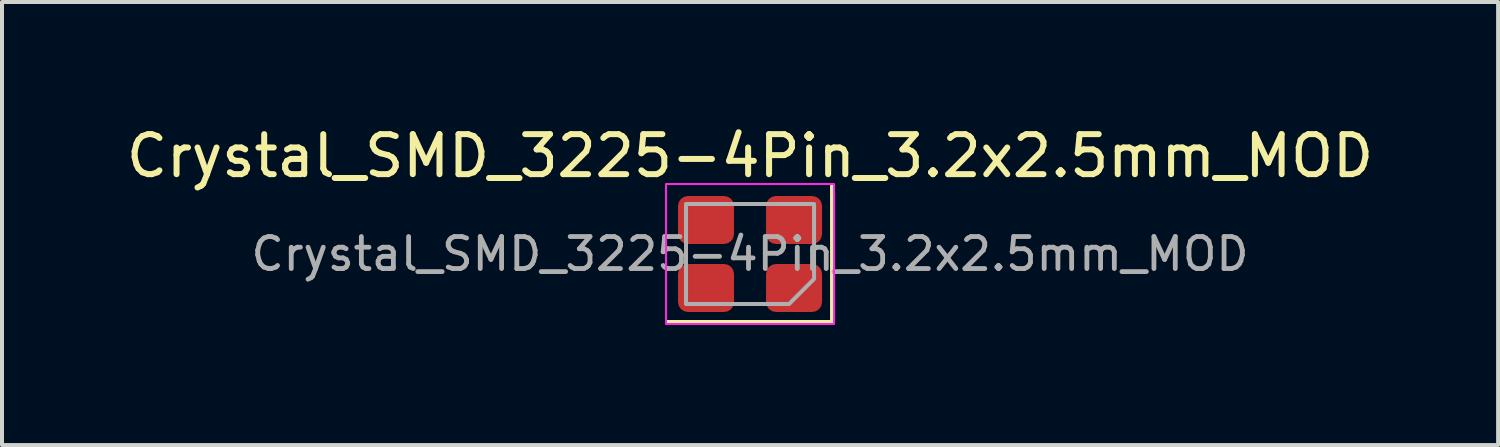
<source format=kicad_pcb>
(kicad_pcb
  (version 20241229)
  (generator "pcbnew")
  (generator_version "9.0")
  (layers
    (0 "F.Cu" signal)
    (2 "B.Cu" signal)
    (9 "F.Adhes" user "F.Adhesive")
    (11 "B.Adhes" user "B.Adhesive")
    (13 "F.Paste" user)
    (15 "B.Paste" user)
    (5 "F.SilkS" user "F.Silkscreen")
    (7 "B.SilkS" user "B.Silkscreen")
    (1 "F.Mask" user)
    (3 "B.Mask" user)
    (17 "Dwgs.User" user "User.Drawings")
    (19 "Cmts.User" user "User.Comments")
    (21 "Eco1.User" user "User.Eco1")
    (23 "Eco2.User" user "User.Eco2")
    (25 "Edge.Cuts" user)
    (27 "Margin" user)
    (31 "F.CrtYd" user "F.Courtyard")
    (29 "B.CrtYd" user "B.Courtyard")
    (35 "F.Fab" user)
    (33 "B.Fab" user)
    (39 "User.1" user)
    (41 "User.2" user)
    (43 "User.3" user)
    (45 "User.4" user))
  (footprint "Crystal_SMD_3225-4Pin_3.2x2.5mm_MOD"
    (layer "F.Cu")
    (at 15.696 3.298)
    (property "Reference" "Crystal_SMD_3225-4Pin_3.2x2.5mm_MOD" (at 0 -2.45 0) (layer "F.SilkS") (effects (font (size 1 1) (thickness 0.15))))
    (attr smd)
    (fp_line (start 2.06 -1.71) (end 2.06 1.71) (stroke (width 0.12) (type solid)) (layer "F.SilkS"))
    (fp_line (start 2.06 1.71) (end -2.06 1.71) (stroke (width 0.12) (type solid)) (layer "F.SilkS"))
    (fp_rect (start 2.1 -1.75) (end -2.1 1.75) (stroke (width 0.05) (type solid)) (fill no) (layer "F.CrtYd"))
    (fp_poly (pts (xy 1.6 -1.25) (xy 1.6 0.625) (xy 0.975 1.25) (xy -1.6 1.25) (xy -1.6 -1.25)) (stroke (width 0.1) (type solid)) (fill no) (layer "F.Fab"))
    (fp_text user "${REFERENCE}" (at 0 0 0) (layer "F.Fab") (effects (font (size 0.8 0.8) (thickness 0.12))))
    (pad "1" smd roundrect (at 1.1 0.85) (size 1.4 1.2) (layers "F.Cu" "F.Mask" "F.Paste") (roundrect_rratio 0.208))
    (pad "2" smd roundrect (at -1.1 0.85) (size 1.4 1.2) (layers "F.Cu" "F.Mask" "F.Paste") (roundrect_rratio 0.208))
    (pad "3" smd roundrect (at -1.1 -0.85) (size 1.4 1.2) (layers "F.Cu" "F.Mask" "F.Paste") (roundrect_rratio 0.208))
    (pad "4" smd roundrect (at 1.1 -0.85) (size 1.4 1.2) (layers "F.Cu" "F.Mask" "F.Paste") (roundrect_rratio 0.208)))
  (gr_rect
    (start -3 -3)
    (end 34.393 8.073)
    (stroke (width 0.1) (type default))
    (fill no)
    (layer "Edge.Cuts")))
</source>
